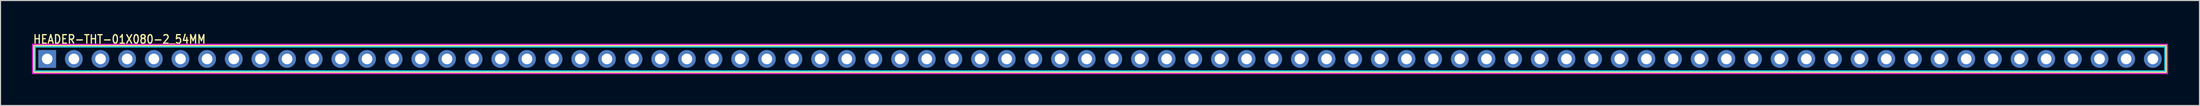
<source format=kicad_pcb>
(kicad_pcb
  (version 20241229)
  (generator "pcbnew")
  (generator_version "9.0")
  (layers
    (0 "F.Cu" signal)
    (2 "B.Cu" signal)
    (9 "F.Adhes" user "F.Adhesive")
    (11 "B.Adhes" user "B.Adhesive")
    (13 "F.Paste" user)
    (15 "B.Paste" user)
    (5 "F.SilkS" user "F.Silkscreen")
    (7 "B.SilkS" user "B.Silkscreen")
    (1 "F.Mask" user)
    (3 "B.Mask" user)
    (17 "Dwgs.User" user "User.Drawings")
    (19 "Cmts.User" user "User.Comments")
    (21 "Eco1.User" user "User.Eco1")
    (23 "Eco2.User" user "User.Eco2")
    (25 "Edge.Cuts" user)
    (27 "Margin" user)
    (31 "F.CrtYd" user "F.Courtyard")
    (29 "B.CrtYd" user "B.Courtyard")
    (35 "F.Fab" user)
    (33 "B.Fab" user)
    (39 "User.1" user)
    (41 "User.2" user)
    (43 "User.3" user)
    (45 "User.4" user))
  (footprint "HEADER-THT-01X080-2_54MM"
    (layer "F.Cu")
    (at 1.447 2.579)
    (property "Reference" "HEADER-THT-01X080-2_54MM" (at -1.4 -1.4 0) (unlocked yes) (layer "F.SilkS") (effects (font (size 0.813 0.695) (thickness 0.122)) (justify left bottom)))
    (fp_line (start -1.27 -1.27) (end -1.27 1.27) (stroke (width 0.127) (type solid)) (layer "F.SilkS"))
    (fp_line (start -1.27 1.27) (end 201.93 1.27) (stroke (width 0.127) (type solid)) (layer "F.SilkS"))
    (fp_line (start 201.93 -1.27) (end -1.27 -1.27) (stroke (width 0.127) (type solid)) (layer "F.SilkS"))
    (fp_line (start 201.93 1.27) (end 201.93 -1.27) (stroke (width 0.127) (type solid)) (layer "F.SilkS"))
    (fp_poly (pts (xy -1.143 -1.143) (xy 201.803 -1.143) (xy 201.803 1.143) (xy -1.143 1.143)) (stroke (width 0.1) (type solid)) (fill no) (layer "B.CrtYd"))
    (fp_poly (pts (xy -1.397 -1.397) (xy 202.057 -1.397) (xy 202.057 1.397) (xy -1.397 1.397)) (stroke (width 0.1) (type solid)) (fill no) (layer "F.CrtYd"))
    (pad "P$1" thru_hole rect (at 0 0) (size 1.693 1.693) (drill 1.016) (layers "*.Cu" "*.Mask"))
    (pad "P$2" thru_hole oval (at 2.54 0) (size 1.693 1.693) (drill 1.016) (layers "*.Cu" "*.Mask"))
    (pad "P$3" thru_hole oval (at 5.08 0) (size 1.693 1.693) (drill 1.016) (layers "*.Cu" "*.Mask"))
    (pad "P$4" thru_hole oval (at 7.62 0) (size 1.693 1.693) (drill 1.016) (layers "*.Cu" "*.Mask"))
    (pad "P$5" thru_hole oval (at 10.16 0) (size 1.693 1.693) (drill 1.016) (layers "*.Cu" "*.Mask"))
    (pad "P$6" thru_hole oval (at 12.7 0) (size 1.693 1.693) (drill 1.016) (layers "*.Cu" "*.Mask"))
    (pad "P$7" thru_hole oval (at 15.24 0) (size 1.693 1.693) (drill 1.016) (layers "*.Cu" "*.Mask"))
    (pad "P$8" thru_hole oval (at 17.78 0) (size 1.693 1.693) (drill 1.016) (layers "*.Cu" "*.Mask"))
    (pad "P$9" thru_hole oval (at 20.32 0) (size 1.693 1.693) (drill 1.016) (layers "*.Cu" "*.Mask"))
    (pad "P$10" thru_hole oval (at 22.86 0) (size 1.693 1.693) (drill 1.016) (layers "*.Cu" "*.Mask"))
    (pad "P$11" thru_hole oval (at 25.4 0) (size 1.693 1.693) (drill 1.016) (layers "*.Cu" "*.Mask"))
    (pad "P$12" thru_hole oval (at 27.94 0) (size 1.693 1.693) (drill 1.016) (layers "*.Cu" "*.Mask"))
    (pad "P$13" thru_hole oval (at 30.48 0) (size 1.693 1.693) (drill 1.016) (layers "*.Cu" "*.Mask"))
    (pad "P$14" thru_hole oval (at 33.02 0) (size 1.693 1.693) (drill 1.016) (layers "*.Cu" "*.Mask"))
    (pad "P$15" thru_hole oval (at 35.56 0) (size 1.693 1.693) (drill 1.016) (layers "*.Cu" "*.Mask"))
    (pad "P$16" thru_hole oval (at 38.1 0) (size 1.693 1.693) (drill 1.016) (layers "*.Cu" "*.Mask"))
    (pad "P$17" thru_hole oval (at 40.64 0) (size 1.693 1.693) (drill 1.016) (layers "*.Cu" "*.Mask"))
    (pad "P$18" thru_hole oval (at 43.18 0) (size 1.693 1.693) (drill 1.016) (layers "*.Cu" "*.Mask"))
    (pad "P$19" thru_hole oval (at 45.72 0) (size 1.693 1.693) (drill 1.016) (layers "*.Cu" "*.Mask"))
    (pad "P$20" thru_hole oval (at 48.26 0) (size 1.693 1.693) (drill 1.016) (layers "*.Cu" "*.Mask"))
    (pad "P$21" thru_hole oval (at 50.8 0) (size 1.693 1.693) (drill 1.016) (layers "*.Cu" "*.Mask"))
    (pad "P$22" thru_hole oval (at 53.34 0) (size 1.693 1.693) (drill 1.016) (layers "*.Cu" "*.Mask"))
    (pad "P$23" thru_hole oval (at 55.88 0) (size 1.693 1.693) (drill 1.016) (layers "*.Cu" "*.Mask"))
    (pad "P$24" thru_hole oval (at 58.42 0) (size 1.693 1.693) (drill 1.016) (layers "*.Cu" "*.Mask"))
    (pad "P$25" thru_hole oval (at 60.96 0) (size 1.693 1.693) (drill 1.016) (layers "*.Cu" "*.Mask"))
    (pad "P$26" thru_hole oval (at 63.5 0) (size 1.693 1.693) (drill 1.016) (layers "*.Cu" "*.Mask"))
    (pad "P$27" thru_hole oval (at 66.04 0) (size 1.693 1.693) (drill 1.016) (layers "*.Cu" "*.Mask"))
    (pad "P$28" thru_hole oval (at 68.58 0) (size 1.693 1.693) (drill 1.016) (layers "*.Cu" "*.Mask"))
    (pad "P$29" thru_hole oval (at 71.12 0) (size 1.693 1.693) (drill 1.016) (layers "*.Cu" "*.Mask"))
    (pad "P$30" thru_hole oval (at 73.66 0) (size 1.693 1.693) (drill 1.016) (layers "*.Cu" "*.Mask"))
    (pad "P$31" thru_hole oval (at 76.2 0) (size 1.693 1.693) (drill 1.016) (layers "*.Cu" "*.Mask"))
    (pad "P$32" thru_hole oval (at 78.74 0) (size 1.693 1.693) (drill 1.016) (layers "*.Cu" "*.Mask"))
    (pad "P$33" thru_hole oval (at 81.28 0) (size 1.693 1.693) (drill 1.016) (layers "*.Cu" "*.Mask"))
    (pad "P$34" thru_hole oval (at 83.82 0) (size 1.693 1.693) (drill 1.016) (layers "*.Cu" "*.Mask"))
    (pad "P$35" thru_hole oval (at 86.36 0) (size 1.693 1.693) (drill 1.016) (layers "*.Cu" "*.Mask"))
    (pad "P$36" thru_hole oval (at 88.9 0) (size 1.693 1.693) (drill 1.016) (layers "*.Cu" "*.Mask"))
    (pad "P$37" thru_hole oval (at 91.44 0) (size 1.693 1.693) (drill 1.016) (layers "*.Cu" "*.Mask"))
    (pad "P$38" thru_hole oval (at 93.98 0) (size 1.693 1.693) (drill 1.016) (layers "*.Cu" "*.Mask"))
    (pad "P$39" thru_hole oval (at 96.52 0) (size 1.693 1.693) (drill 1.016) (layers "*.Cu" "*.Mask"))
    (pad "P$40" thru_hole oval (at 99.06 0) (size 1.693 1.693) (drill 1.016) (layers "*.Cu" "*.Mask"))
    (pad "P$41" thru_hole oval (at 101.6 0) (size 1.693 1.693) (drill 1.016) (layers "*.Cu" "*.Mask"))
    (pad "P$42" thru_hole oval (at 104.14 0) (size 1.693 1.693) (drill 1.016) (layers "*.Cu" "*.Mask"))
    (pad "P$43" thru_hole oval (at 106.68 0) (size 1.693 1.693) (drill 1.016) (layers "*.Cu" "*.Mask"))
    (pad "P$44" thru_hole oval (at 109.22 0) (size 1.693 1.693) (drill 1.016) (layers "*.Cu" "*.Mask"))
    (pad "P$45" thru_hole oval (at 111.76 0) (size 1.693 1.693) (drill 1.016) (layers "*.Cu" "*.Mask"))
    (pad "P$46" thru_hole oval (at 114.3 0) (size 1.693 1.693) (drill 1.016) (layers "*.Cu" "*.Mask"))
    (pad "P$47" thru_hole oval (at 116.84 0) (size 1.693 1.693) (drill 1.016) (layers "*.Cu" "*.Mask"))
    (pad "P$48" thru_hole oval (at 119.38 0) (size 1.693 1.693) (drill 1.016) (layers "*.Cu" "*.Mask"))
    (pad "P$49" thru_hole oval (at 121.92 0) (size 1.693 1.693) (drill 1.016) (layers "*.Cu" "*.Mask"))
    (pad "P$50" thru_hole oval (at 124.46 0) (size 1.693 1.693) (drill 1.016) (layers "*.Cu" "*.Mask"))
    (pad "P$51" thru_hole oval (at 127 0) (size 1.693 1.693) (drill 1.016) (layers "*.Cu" "*.Mask"))
    (pad "P$52" thru_hole oval (at 129.54 0) (size 1.693 1.693) (drill 1.016) (layers "*.Cu" "*.Mask"))
    (pad "P$53" thru_hole oval (at 132.08 0) (size 1.693 1.693) (drill 1.016) (layers "*.Cu" "*.Mask"))
    (pad "P$54" thru_hole oval (at 134.62 0) (size 1.693 1.693) (drill 1.016) (layers "*.Cu" "*.Mask"))
    (pad "P$55" thru_hole oval (at 137.16 0) (size 1.693 1.693) (drill 1.016) (layers "*.Cu" "*.Mask"))
    (pad "P$56" thru_hole oval (at 139.7 0) (size 1.693 1.693) (drill 1.016) (layers "*.Cu" "*.Mask"))
    (pad "P$57" thru_hole oval (at 142.24 0) (size 1.693 1.693) (drill 1.016) (layers "*.Cu" "*.Mask"))
    (pad "P$58" thru_hole oval (at 144.78 0) (size 1.693 1.693) (drill 1.016) (layers "*.Cu" "*.Mask"))
    (pad "P$59" thru_hole oval (at 147.32 0) (size 1.693 1.693) (drill 1.016) (layers "*.Cu" "*.Mask"))
    (pad "P$60" thru_hole oval (at 149.86 0) (size 1.693 1.693) (drill 1.016) (layers "*.Cu" "*.Mask"))
    (pad "P$61" thru_hole oval (at 152.4 0) (size 1.693 1.693) (drill 1.016) (layers "*.Cu" "*.Mask"))
    (pad "P$62" thru_hole oval (at 154.94 0) (size 1.693 1.693) (drill 1.016) (layers "*.Cu" "*.Mask"))
    (pad "P$63" thru_hole oval (at 157.48 0) (size 1.693 1.693) (drill 1.016) (layers "*.Cu" "*.Mask"))
    (pad "P$64" thru_hole oval (at 160.02 0) (size 1.693 1.693) (drill 1.016) (layers "*.Cu" "*.Mask"))
    (pad "P$65" thru_hole oval (at 162.56 0) (size 1.693 1.693) (drill 1.016) (layers "*.Cu" "*.Mask"))
    (pad "P$66" thru_hole oval (at 165.1 0) (size 1.693 1.693) (drill 1.016) (layers "*.Cu" "*.Mask"))
    (pad "P$67" thru_hole oval (at 167.64 0) (size 1.693 1.693) (drill 1.016) (layers "*.Cu" "*.Mask"))
    (pad "P$68" thru_hole oval (at 170.18 0) (size 1.693 1.693) (drill 1.016) (layers "*.Cu" "*.Mask"))
    (pad "P$69" thru_hole oval (at 172.72 0) (size 1.693 1.693) (drill 1.016) (layers "*.Cu" "*.Mask"))
    (pad "P$70" thru_hole oval (at 175.26 0) (size 1.693 1.693) (drill 1.016) (layers "*.Cu" "*.Mask"))
    (pad "P$71" thru_hole oval (at 177.8 0) (size 1.693 1.693) (drill 1.016) (layers "*.Cu" "*.Mask"))
    (pad "P$72" thru_hole oval (at 180.34 0) (size 1.693 1.693) (drill 1.016) (layers "*.Cu" "*.Mask"))
    (pad "P$73" thru_hole oval (at 182.88 0) (size 1.693 1.693) (drill 1.016) (layers "*.Cu" "*.Mask"))
    (pad "P$74" thru_hole oval (at 185.42 0) (size 1.693 1.693) (drill 1.016) (layers "*.Cu" "*.Mask"))
    (pad "P$75" thru_hole oval (at 187.96 0) (size 1.693 1.693) (drill 1.016) (layers "*.Cu" "*.Mask"))
    (pad "P$76" thru_hole oval (at 190.5 0) (size 1.693 1.693) (drill 1.016) (layers "*.Cu" "*.Mask"))
    (pad "P$77" thru_hole oval (at 193.04 0) (size 1.693 1.693) (drill 1.016) (layers "*.Cu" "*.Mask"))
    (pad "P$78" thru_hole oval (at 195.58 0) (size 1.693 1.693) (drill 1.016) (layers "*.Cu" "*.Mask"))
    (pad "P$79" thru_hole oval (at 198.12 0) (size 1.693 1.693) (drill 1.016) (layers "*.Cu" "*.Mask"))
    (pad "P$80" thru_hole oval (at 200.66 0) (size 1.693 1.693) (drill 1.016) (layers "*.Cu" "*.Mask")))
  (gr_rect
    (start -3 -3)
    (end 206.554 7.026)
    (stroke (width 0.1) (type default))
    (fill no)
    (layer "Edge.Cuts")))
</source>
